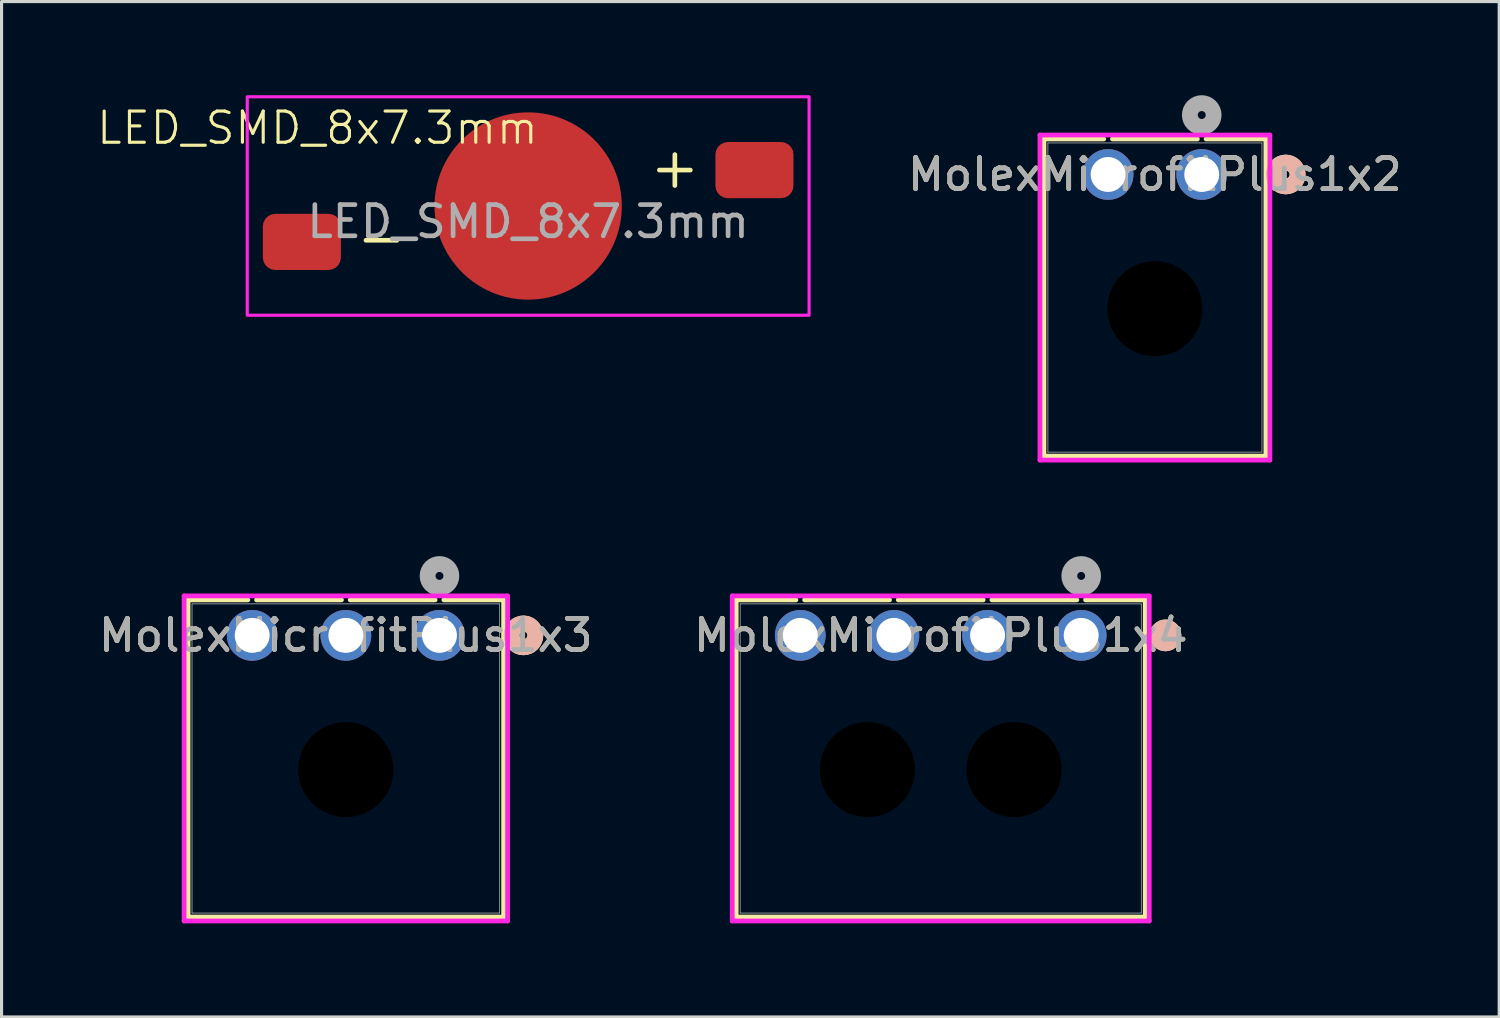
<source format=kicad_pcb>
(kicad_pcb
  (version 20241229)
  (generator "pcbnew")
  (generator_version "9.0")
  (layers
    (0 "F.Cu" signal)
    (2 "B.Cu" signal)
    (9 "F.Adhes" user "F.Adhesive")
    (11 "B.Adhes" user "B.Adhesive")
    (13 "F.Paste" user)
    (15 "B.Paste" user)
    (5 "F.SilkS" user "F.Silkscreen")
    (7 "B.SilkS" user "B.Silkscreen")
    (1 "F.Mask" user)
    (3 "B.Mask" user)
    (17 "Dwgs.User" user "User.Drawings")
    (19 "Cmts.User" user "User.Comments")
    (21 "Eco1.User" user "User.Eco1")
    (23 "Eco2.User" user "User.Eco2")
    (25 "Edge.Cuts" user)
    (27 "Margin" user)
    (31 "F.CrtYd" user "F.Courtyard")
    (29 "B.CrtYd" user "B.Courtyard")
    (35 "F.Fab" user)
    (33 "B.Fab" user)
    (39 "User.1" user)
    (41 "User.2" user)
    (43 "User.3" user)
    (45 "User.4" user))
  (footprint "MolexMicrofitPlus1x2"
    (layer "F.Cu")
    (at 35.451 2.54)
    (property "Reference" "MolexMicrofitPlus1x2" (at -1.5 0 0) (unlocked yes) (layer "F.SilkS") (effects (font (size 1 1) (thickness 0.15))))
    (attr through_hole)
    (fp_line (start -5.056 -1.137) (end -5.056 9.023) (stroke (width 0.152) (type solid)) (layer "F.SilkS"))
    (fp_line (start -5.056 9.023) (end 2.056 9.023) (stroke (width 0.152) (type solid)) (layer "F.SilkS"))
    (fp_line (start -3.14 -1.137) (end -5.056 -1.137) (stroke (width 0.152) (type solid)) (layer "F.SilkS"))
    (fp_line (start -0.14 -1.137) (end -2.86 -1.137) (stroke (width 0.152) (type solid)) (layer "F.SilkS"))
    (fp_line (start 2.056 -1.137) (end 0.14 -1.137) (stroke (width 0.152) (type solid)) (layer "F.SilkS"))
    (fp_line (start 2.056 9.023) (end 2.056 -1.137) (stroke (width 0.152) (type solid)) (layer "F.SilkS"))
    (fp_circle (center 2.691 0) (end 3.072 0) (stroke (width 0.508) (type solid)) (fill no) (layer "F.SilkS"))
    (fp_circle (center 2.691 0) (end 3.072 0) (stroke (width 0.508) (type solid)) (fill no) (layer "B.SilkS"))
    (fp_line (start -5.183 -1.264) (end -5.183 9.15) (stroke (width 0.152) (type solid)) (layer "F.CrtYd"))
    (fp_line (start -5.183 9.15) (end 2.183 9.15) (stroke (width 0.152) (type solid)) (layer "F.CrtYd"))
    (fp_line (start 2.183 -1.264) (end -5.183 -1.264) (stroke (width 0.152) (type solid)) (layer "F.CrtYd"))
    (fp_line (start 2.183 9.15) (end 2.183 -1.264) (stroke (width 0.152) (type solid)) (layer "F.CrtYd"))
    (fp_line (start -4.929 -1.01) (end -4.929 8.896) (stroke (width 0.025) (type solid)) (layer "F.Fab"))
    (fp_line (start -4.929 8.896) (end 1.929 8.896) (stroke (width 0.025) (type solid)) (layer "F.Fab"))
    (fp_line (start 1.929 -1.01) (end -4.929 -1.01) (stroke (width 0.025) (type solid)) (layer "F.Fab"))
    (fp_line (start 1.929 8.896) (end 1.929 -1.01) (stroke (width 0.025) (type solid)) (layer "F.Fab"))
    (fp_circle (center 0 -1.905) (end 0.381 -1.905) (stroke (width 0.508) (type solid)) (fill no) (layer "F.Fab"))
    (fp_text user "${REFERENCE}" (at -1.5 0 0) (unlocked yes) (layer "F.Fab") (effects (font (size 1 1) (thickness 0.15))))
    (pad "" np_thru_hole circle (at -1.5 4.3) (size 3.048 3.048) (drill 3.048) (layers))
    (pad "1" thru_hole circle (at 0 0) (size 1.626 1.626) (drill 1.118) (layers "*.Cu" "*.Mask"))
    (pad "2" thru_hole circle (at -3 0) (size 1.626 1.626) (drill 1.118) (layers "*.Cu" "*.Mask")))
  (footprint "MolexMicrofitPlus1x4"
    (layer "F.Cu")
    (at 31.589 17.306)
    (property "Reference" "MolexMicrofitPlus1x4" (at -4.5 0 0) (unlocked yes) (layer "F.SilkS") (effects (font (size 1 1) (thickness 0.15))))
    (attr through_hole)
    (fp_line (start -11.053 -1.137) (end -11.053 9.023) (stroke (width 0.152) (type solid)) (layer "F.SilkS"))
    (fp_line (start -11.053 9.023) (end 2.053 9.023) (stroke (width 0.152) (type solid)) (layer "F.SilkS"))
    (fp_line (start -9.14 -1.137) (end -11.053 -1.137) (stroke (width 0.152) (type solid)) (layer "F.SilkS"))
    (fp_line (start -6.14 -1.137) (end -8.86 -1.137) (stroke (width 0.152) (type solid)) (layer "F.SilkS"))
    (fp_line (start -3.14 -1.137) (end -5.86 -1.137) (stroke (width 0.152) (type solid)) (layer "F.SilkS"))
    (fp_line (start -0.14 -1.137) (end -2.86 -1.137) (stroke (width 0.152) (type solid)) (layer "F.SilkS"))
    (fp_line (start 2.053 -1.137) (end 0.14 -1.137) (stroke (width 0.152) (type solid)) (layer "F.SilkS"))
    (fp_line (start 2.053 9.023) (end 2.053 -1.137) (stroke (width 0.152) (type solid)) (layer "F.SilkS"))
    (fp_circle (center 2.7 0) (end 2.7 0) (stroke (width 0.508) (type solid)) (fill no) (layer "F.SilkS"))
    (fp_circle (center 2.7 0) (end 2.7 0) (stroke (width 0.508) (type solid)) (fill no) (layer "B.SilkS"))
    (fp_line (start -11.18 -1.264) (end -11.18 9.15) (stroke (width 0.152) (type solid)) (layer "F.CrtYd"))
    (fp_line (start -11.18 9.15) (end 2.18 9.15) (stroke (width 0.152) (type solid)) (layer "F.CrtYd"))
    (fp_line (start 2.18 -1.264) (end -11.18 -1.264) (stroke (width 0.152) (type solid)) (layer "F.CrtYd"))
    (fp_line (start 2.18 9.15) (end 2.18 -1.264) (stroke (width 0.152) (type solid)) (layer "F.CrtYd"))
    (fp_line (start -10.926 -1.01) (end -10.926 8.896) (stroke (width 0.025) (type solid)) (layer "F.Fab"))
    (fp_line (start -10.926 8.896) (end 1.926 8.896) (stroke (width 0.025) (type solid)) (layer "F.Fab"))
    (fp_line (start 1.926 -1.01) (end -10.926 -1.01) (stroke (width 0.025) (type solid)) (layer "F.Fab"))
    (fp_line (start 1.926 8.896) (end 1.926 -1.01) (stroke (width 0.025) (type solid)) (layer "F.Fab"))
    (fp_circle (center 0 -1.905) (end 0.381 -1.905) (stroke (width 0.508) (type solid)) (fill no) (layer "F.Fab"))
    (fp_text user "${REFERENCE}" (at -4.5 0 0) (unlocked yes) (layer "F.Fab") (effects (font (size 1 1) (thickness 0.15))))
    (pad "" np_thru_hole circle (at -6.85 4.3) (size 3.048 3.048) (drill 3.048) (layers))
    (pad "" np_thru_hole circle (at -2.15 4.3) (size 3.048 3.048) (drill 3.048) (layers))
    (pad "1" thru_hole circle (at 0 0) (size 1.626 1.626) (drill 1.118) (layers "*.Cu" "*.Mask"))
    (pad "2" thru_hole circle (at -3 0) (size 1.626 1.626) (drill 1.118) (layers "*.Cu" "*.Mask"))
    (pad "3" thru_hole circle (at -6 0) (size 1.626 1.626) (drill 1.118) (layers "*.Cu" "*.Mask"))
    (pad "4" thru_hole circle (at -9 0) (size 1.626 1.626) (drill 1.118) (layers "*.Cu" "*.Mask")))
  (footprint "LED_SMD_8x7.3mm"
    (layer "F.Cu")
    (at 13.871 3.55)
    (property "Reference" "LED_SMD_8x7.3mm" (at -6.75 -2.5 0) (unlocked yes) (layer "F.SilkS") (effects (font (size 1 1) (thickness 0.1))))
    (attr exclude_from_pos_files exclude_from_bom)
    (fp_rect (start -9 -3.5) (end 9 3.5) (stroke (width 0.1) (type solid)) (fill no) (layer "F.CrtYd"))
    (fp_text user "-" (at -4.7 1 0) (unlocked yes) (layer "F.SilkS") (effects (font (size 1.3 1.3) (thickness 0.15))))
    (fp_text user "+" (at 4.7 -1.25 0) (unlocked yes) (layer "F.SilkS") (effects (font (size 1.3 1.3) (thickness 0.15))))
    (fp_text user "${REFERENCE}" (at 0 0.5 0) (unlocked yes) (layer "F.Fab") (effects (font (size 1 1) (thickness 0.15))))
    (pad "1" smd roundrect (at -7.25 1.15) (size 2.5 1.8) (layers "F.Cu" "F.Mask" "F.Paste") (roundrect_rratio 0.222))
    (pad "1" smd circle (at 0 0) (size 6 6) (layers "F.Cu" "F.Mask" "F.Paste"))
    (pad "2" smd roundrect (at 7.25 -1.15) (size 2.5 1.8) (layers "F.Cu" "F.Mask" "F.Paste") (roundrect_rratio 0.222)))
  (footprint "MolexMicrofitPlus1x3"
    (layer "F.Cu")
    (at 11.03 17.306)
    (property "Reference" "MolexMicrofitPlus1x3" (at -3 0 0) (unlocked yes) (layer "F.SilkS") (effects (font (size 1 1) (thickness 0.15))))
    (attr through_hole)
    (fp_line (start -8.055 -1.137) (end -8.055 9.023) (stroke (width 0.152) (type solid)) (layer "F.SilkS"))
    (fp_line (start -8.055 9.023) (end 2.055 9.023) (stroke (width 0.152) (type solid)) (layer "F.SilkS"))
    (fp_line (start -6.14 -1.137) (end -8.055 -1.137) (stroke (width 0.152) (type solid)) (layer "F.SilkS"))
    (fp_line (start -3.14 -1.137) (end -5.86 -1.137) (stroke (width 0.152) (type solid)) (layer "F.SilkS"))
    (fp_line (start -0.14 -1.137) (end -2.86 -1.137) (stroke (width 0.152) (type solid)) (layer "F.SilkS"))
    (fp_line (start 2.055 -1.137) (end 0.14 -1.137) (stroke (width 0.152) (type solid)) (layer "F.SilkS"))
    (fp_line (start 2.055 9.023) (end 2.055 -1.137) (stroke (width 0.152) (type solid)) (layer "F.SilkS"))
    (fp_circle (center 2.69 0) (end 3.071 0) (stroke (width 0.508) (type solid)) (fill no) (layer "F.SilkS"))
    (fp_circle (center 2.69 0) (end 3.071 0) (stroke (width 0.508) (type solid)) (fill no) (layer "B.SilkS"))
    (fp_line (start -8.182 -1.264) (end -8.182 9.15) (stroke (width 0.152) (type solid)) (layer "F.CrtYd"))
    (fp_line (start -8.182 9.15) (end 2.182 9.15) (stroke (width 0.152) (type solid)) (layer "F.CrtYd"))
    (fp_line (start 2.182 -1.264) (end -8.182 -1.264) (stroke (width 0.152) (type solid)) (layer "F.CrtYd"))
    (fp_line (start 2.182 9.15) (end 2.182 -1.264) (stroke (width 0.152) (type solid)) (layer "F.CrtYd"))
    (fp_line (start -7.928 -1.01) (end -7.928 8.896) (stroke (width 0.025) (type solid)) (layer "F.Fab"))
    (fp_line (start -7.928 8.896) (end 1.928 8.896) (stroke (width 0.025) (type solid)) (layer "F.Fab"))
    (fp_line (start 1.928 -1.01) (end -7.928 -1.01) (stroke (width 0.025) (type solid)) (layer "F.Fab"))
    (fp_line (start 1.928 8.896) (end 1.928 -1.01) (stroke (width 0.025) (type solid)) (layer "F.Fab"))
    (fp_circle (center 0 -1.905) (end 0.381 -1.905) (stroke (width 0.508) (type solid)) (fill no) (layer "F.Fab"))
    (fp_text user "${REFERENCE}" (at -3 0 0) (unlocked yes) (layer "F.Fab") (effects (font (size 1 1) (thickness 0.15))))
    (pad "" np_thru_hole circle (at -3 4.3) (size 3.048 3.048) (drill 3.048) (layers))
    (pad "1" thru_hole circle (at 0 0) (size 1.626 1.626) (drill 1.118) (layers "*.Cu" "*.Mask"))
    (pad "2" thru_hole circle (at -3 0) (size 1.626 1.626) (drill 1.118) (layers "*.Cu" "*.Mask"))
    (pad "3" thru_hole circle (at -6 0) (size 1.626 1.626) (drill 1.118) (layers "*.Cu" "*.Mask")))
  (gr_rect
    (start -3 -3)
    (end 44.981 29.532)
    (stroke (width 0.1) (type default))
    (fill no)
    (layer "Edge.Cuts")))
</source>
